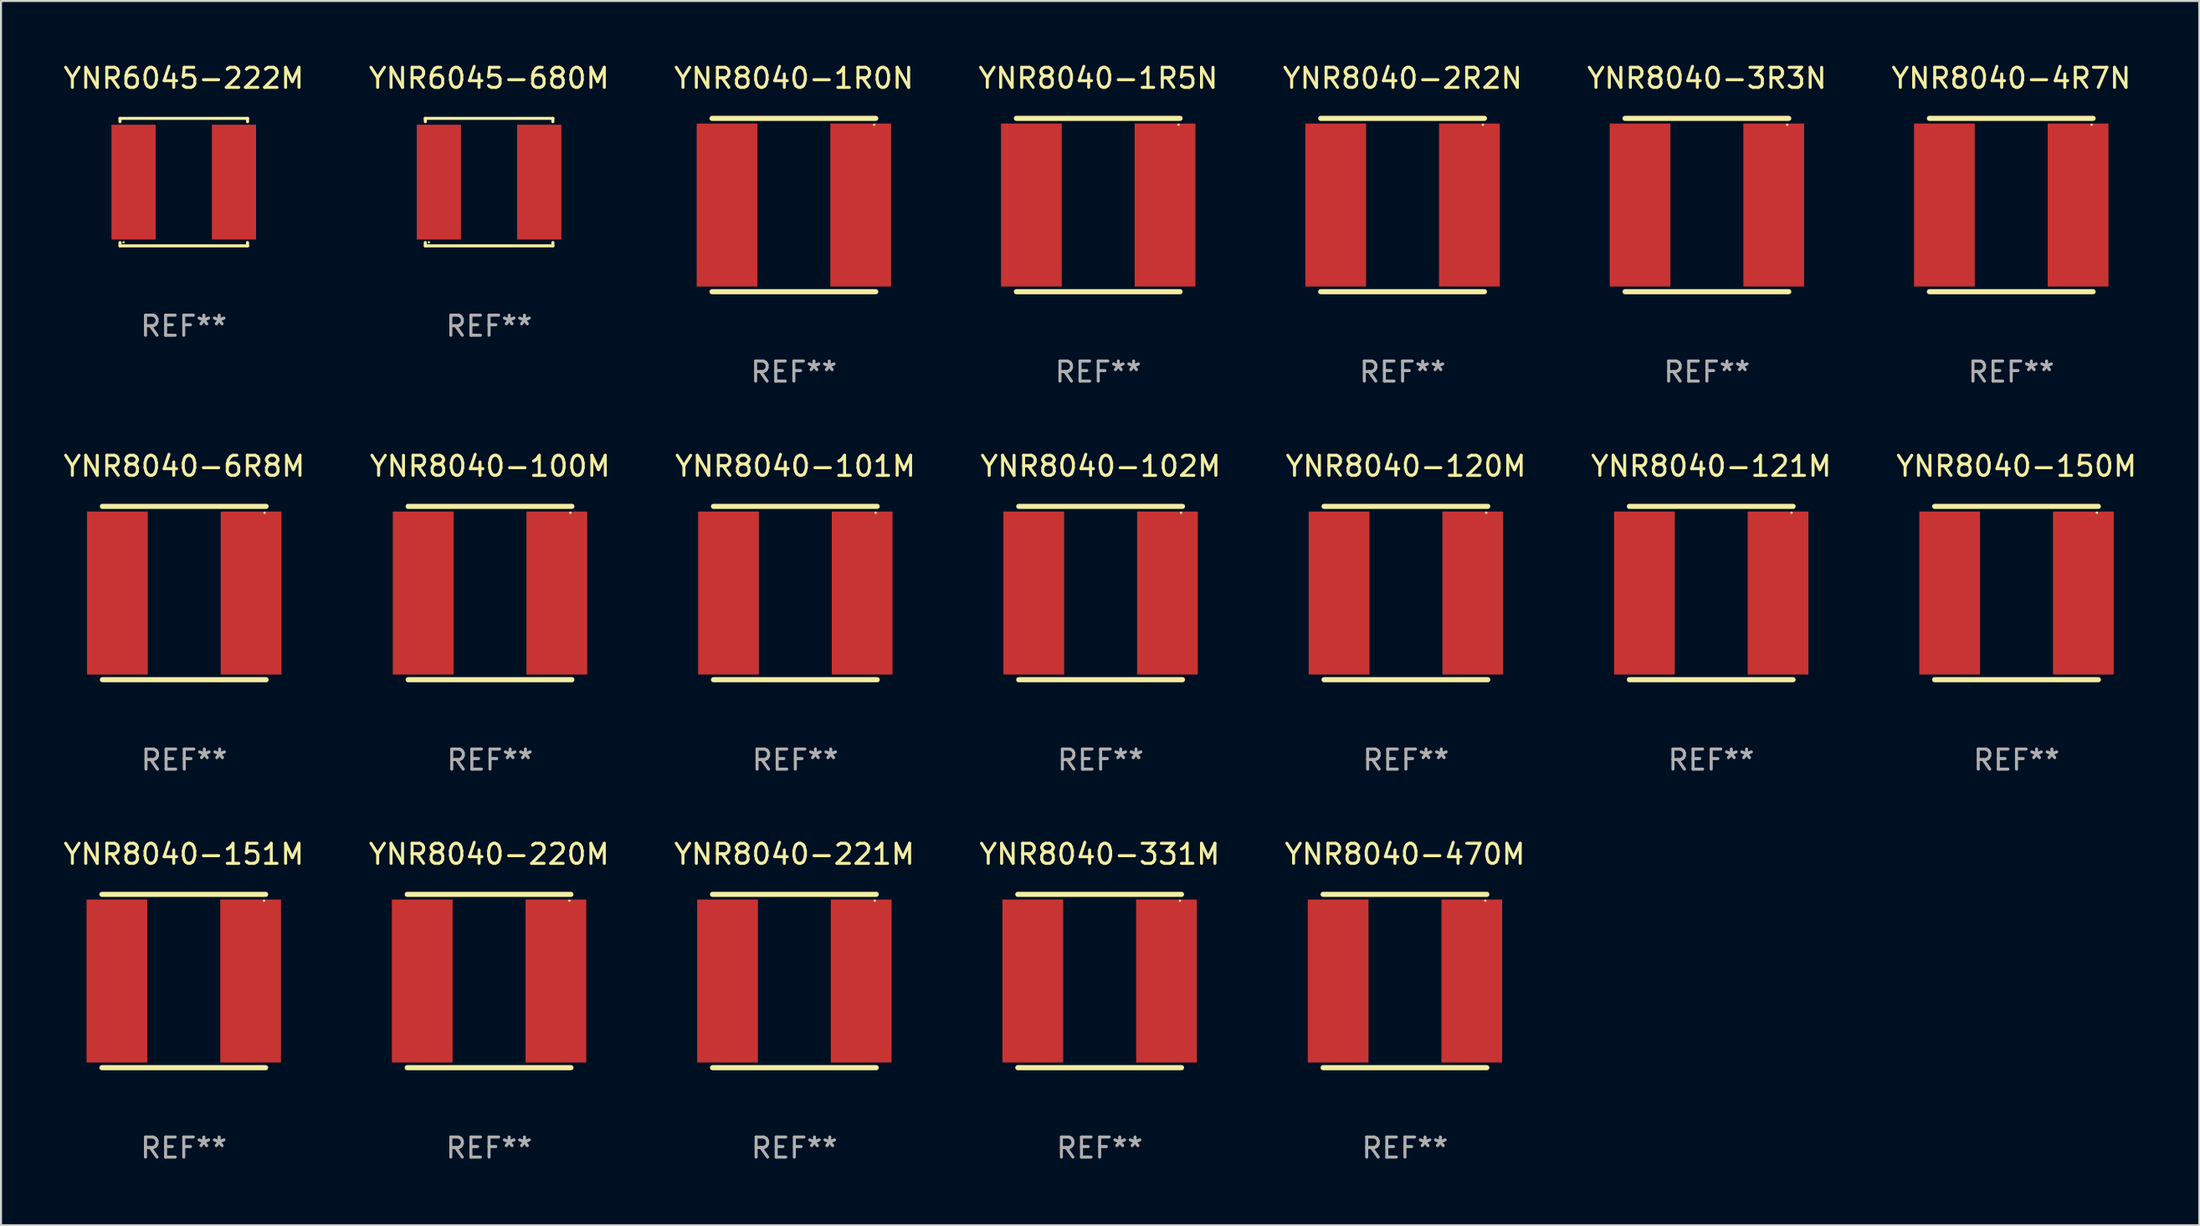
<source format=kicad_pcb>
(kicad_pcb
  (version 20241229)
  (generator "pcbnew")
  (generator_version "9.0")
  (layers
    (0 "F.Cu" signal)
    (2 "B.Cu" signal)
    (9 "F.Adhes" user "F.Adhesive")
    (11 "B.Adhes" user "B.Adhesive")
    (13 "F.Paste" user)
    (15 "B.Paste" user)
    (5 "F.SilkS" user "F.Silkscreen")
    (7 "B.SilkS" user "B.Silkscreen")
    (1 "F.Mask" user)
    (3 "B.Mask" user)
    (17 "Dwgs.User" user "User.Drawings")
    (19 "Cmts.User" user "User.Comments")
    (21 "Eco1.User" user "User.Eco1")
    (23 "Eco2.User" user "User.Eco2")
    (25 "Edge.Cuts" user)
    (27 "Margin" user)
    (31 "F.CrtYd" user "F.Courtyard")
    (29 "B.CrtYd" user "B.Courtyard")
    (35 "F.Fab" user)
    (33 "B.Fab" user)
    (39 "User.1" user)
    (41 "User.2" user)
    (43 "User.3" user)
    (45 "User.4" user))
  (footprint "YNR8040-4R7N"
    (layer "F.Cu")
    (at 97.101 7.166)
    (property "Reference" "YNR8040-4R7N" (at 0 -6.318 0) (layer "F.SilkS") (effects (font (size 1 1) (thickness 0.15))))
    (attr through_hole)
    (fp_line (start -4.076 -4.318) (end 4.076 -4.318) (stroke (width 0.254) (type solid)) (layer "F.SilkS"))
    (fp_line (start -4.076 4.318) (end 4.076 4.318) (stroke (width 0.254) (type solid)) (layer "F.SilkS"))
    (fp_circle (center 4 -4) (end 4.03 -4) (stroke (width 0.06) (type solid)) (fill no) (layer "F.SilkS"))
    (fp_text user "REF**" (at 0 8.318 0) (layer "F.Fab") (effects (font (size 1 1) (thickness 0.15))))
    (pad "1" smd rect (at 3.328 0) (size 3.024 8.12) (layers "F.Cu" "F.Mask" "F.Paste"))
    (pad "2" smd rect (at -3.328 0) (size 3.024 8.12) (layers "F.Cu" "F.Mask" "F.Paste")))
  (footprint "YNR8040-470M"
    (layer "F.Cu")
    (at 66.911 45.831)
    (property "Reference" "YNR8040-470M" (at 0 -6.318 0) (layer "F.SilkS") (effects (font (size 1 1) (thickness 0.15))))
    (attr through_hole)
    (fp_line (start -4.076 -4.318) (end 4.076 -4.318) (stroke (width 0.254) (type solid)) (layer "F.SilkS"))
    (fp_line (start -4.076 4.318) (end 4.076 4.318) (stroke (width 0.254) (type solid)) (layer "F.SilkS"))
    (fp_circle (center 4 -4) (end 4.03 -4) (stroke (width 0.06) (type solid)) (fill no) (layer "F.SilkS"))
    (fp_text user "REF**" (at 0 8.318 0) (layer "F.Fab") (effects (font (size 1 1) (thickness 0.15))))
    (pad "1" smd rect (at 3.328 0) (size 3.024 8.12) (layers "F.Cu" "F.Mask" "F.Paste"))
    (pad "2" smd rect (at -3.328 0) (size 3.024 8.12) (layers "F.Cu" "F.Mask" "F.Paste")))
  (footprint "YNR6045-680M"
    (layer "F.Cu")
    (at 21.304 6.024)
    (property "Reference" "YNR6045-680M" (at 0 -5.176 0) (layer "F.SilkS") (effects (font (size 1 1) (thickness 0.15))))
    (attr through_hole)
    (fp_line (start -3.176 -3.176) (end 3.176 -3.176) (stroke (width 0.152) (type solid)) (layer "F.SilkS"))
    (fp_line (start -3.176 -3.012) (end -3.176 -3.176) (stroke (width 0.152) (type solid)) (layer "F.SilkS"))
    (fp_line (start -3.176 3.012) (end -3.176 3.176) (stroke (width 0.152) (type solid)) (layer "F.SilkS"))
    (fp_line (start -3.176 3.176) (end 3.176 3.176) (stroke (width 0.152) (type solid)) (layer "F.SilkS"))
    (fp_line (start 3.176 -3.176) (end 3.176 -3.012) (stroke (width 0.152) (type solid)) (layer "F.SilkS"))
    (fp_line (start 3.176 3.176) (end 3.176 3.012) (stroke (width 0.152) (type solid)) (layer "F.SilkS"))
    (fp_circle (center -3 3) (end -2.97 3) (stroke (width 0.06) (type solid)) (fill no) (layer "F.SilkS"))
    (fp_text user "REF**" (at 0 7.176 0) (layer "F.Fab") (effects (font (size 1 1) (thickness 0.15))))
    (pad "1" smd rect (at -2.5 0) (size 2.2 5.72) (layers "F.Cu" "F.Mask" "F.Paste"))
    (pad "2" smd rect (at 2.5 0) (size 2.2 5.72) (layers "F.Cu" "F.Mask" "F.Paste")))
  (footprint "YNR8040-102M"
    (layer "F.Cu")
    (at 51.756 26.499)
    (property "Reference" "YNR8040-102M" (at 0 -6.318 0) (layer "F.SilkS") (effects (font (size 1 1) (thickness 0.15))))
    (attr through_hole)
    (fp_line (start -4.076 -4.318) (end 4.076 -4.318) (stroke (width 0.254) (type solid)) (layer "F.SilkS"))
    (fp_line (start -4.076 4.318) (end 4.076 4.318) (stroke (width 0.254) (type solid)) (layer "F.SilkS"))
    (fp_circle (center 4 -4) (end 4.03 -4) (stroke (width 0.06) (type solid)) (fill no) (layer "F.SilkS"))
    (fp_text user "REF**" (at 0 8.318 0) (layer "F.Fab") (effects (font (size 1 1) (thickness 0.15))))
    (pad "1" smd rect (at 3.328 0) (size 3.024 8.12) (layers "F.Cu" "F.Mask" "F.Paste"))
    (pad "2" smd rect (at -3.328 0) (size 3.024 8.12) (layers "F.Cu" "F.Mask" "F.Paste")))
  (footprint "YNR8040-121M"
    (layer "F.Cu")
    (at 82.161 26.499)
    (property "Reference" "YNR8040-121M" (at 0 -6.318 0) (layer "F.SilkS") (effects (font (size 1 1) (thickness 0.15))))
    (attr through_hole)
    (fp_line (start -4.076 -4.318) (end 4.076 -4.318) (stroke (width 0.254) (type solid)) (layer "F.SilkS"))
    (fp_line (start -4.076 4.318) (end 4.076 4.318) (stroke (width 0.254) (type solid)) (layer "F.SilkS"))
    (fp_circle (center 4 -4) (end 4.03 -4) (stroke (width 0.06) (type solid)) (fill no) (layer "F.SilkS"))
    (fp_text user "REF**" (at 0 8.318 0) (layer "F.Fab") (effects (font (size 1 1) (thickness 0.15))))
    (pad "1" smd rect (at 3.328 0) (size 3.024 8.12) (layers "F.Cu" "F.Mask" "F.Paste"))
    (pad "2" smd rect (at -3.328 0) (size 3.024 8.12) (layers "F.Cu" "F.Mask" "F.Paste")))
  (footprint "YNR8040-150M"
    (layer "F.Cu")
    (at 97.363 26.499)
    (property "Reference" "YNR8040-150M" (at 0 -6.318 0) (layer "F.SilkS") (effects (font (size 1 1) (thickness 0.15))))
    (attr through_hole)
    (fp_line (start -4.076 -4.318) (end 4.076 -4.318) (stroke (width 0.254) (type solid)) (layer "F.SilkS"))
    (fp_line (start -4.076 4.318) (end 4.076 4.318) (stroke (width 0.254) (type solid)) (layer "F.SilkS"))
    (fp_circle (center 4 -4) (end 4.03 -4) (stroke (width 0.06) (type solid)) (fill no) (layer "F.SilkS"))
    (fp_text user "REF**" (at 0 8.318 0) (layer "F.Fab") (effects (font (size 1 1) (thickness 0.15))))
    (pad "1" smd rect (at 3.328 0) (size 3.024 8.12) (layers "F.Cu" "F.Mask" "F.Paste"))
    (pad "2" smd rect (at -3.328 0) (size 3.024 8.12) (layers "F.Cu" "F.Mask" "F.Paste")))
  (footprint "YNR8040-221M"
    (layer "F.Cu")
    (at 36.506 45.831)
    (property "Reference" "YNR8040-221M" (at 0 -6.318 0) (layer "F.SilkS") (effects (font (size 1 1) (thickness 0.15))))
    (attr through_hole)
    (fp_line (start -4.076 -4.318) (end 4.076 -4.318) (stroke (width 0.254) (type solid)) (layer "F.SilkS"))
    (fp_line (start -4.076 4.318) (end 4.076 4.318) (stroke (width 0.254) (type solid)) (layer "F.SilkS"))
    (fp_circle (center 4 -4) (end 4.03 -4) (stroke (width 0.06) (type solid)) (fill no) (layer "F.SilkS"))
    (fp_text user "REF**" (at 0 8.318 0) (layer "F.Fab") (effects (font (size 1 1) (thickness 0.15))))
    (pad "1" smd rect (at 3.328 0) (size 3.024 8.12) (layers "F.Cu" "F.Mask" "F.Paste"))
    (pad "2" smd rect (at -3.328 0) (size 3.024 8.12) (layers "F.Cu" "F.Mask" "F.Paste")))
  (footprint "YNR8040-1R5N"
    (layer "F.Cu")
    (at 51.637 7.166)
    (property "Reference" "YNR8040-1R5N" (at 0 -6.318 0) (layer "F.SilkS") (effects (font (size 1 1) (thickness 0.15))))
    (attr through_hole)
    (fp_line (start -4.076 -4.318) (end 4.076 -4.318) (stroke (width 0.254) (type solid)) (layer "F.SilkS"))
    (fp_line (start -4.076 4.318) (end 4.076 4.318) (stroke (width 0.254) (type solid)) (layer "F.SilkS"))
    (fp_circle (center 4 -4) (end 4.03 -4) (stroke (width 0.06) (type solid)) (fill no) (layer "F.SilkS"))
    (fp_text user "REF**" (at 0 8.318 0) (layer "F.Fab") (effects (font (size 1 1) (thickness 0.15))))
    (pad "1" smd rect (at 3.328 0) (size 3.024 8.12) (layers "F.Cu" "F.Mask" "F.Paste"))
    (pad "2" smd rect (at -3.328 0) (size 3.024 8.12) (layers "F.Cu" "F.Mask" "F.Paste")))
  (footprint "YNR8040-101M"
    (layer "F.Cu")
    (at 36.554 26.499)
    (property "Reference" "YNR8040-101M" (at 0 -6.318 0) (layer "F.SilkS") (effects (font (size 1 1) (thickness 0.15))))
    (attr through_hole)
    (fp_line (start -4.076 -4.318) (end 4.076 -4.318) (stroke (width 0.254) (type solid)) (layer "F.SilkS"))
    (fp_line (start -4.076 4.318) (end 4.076 4.318) (stroke (width 0.254) (type solid)) (layer "F.SilkS"))
    (fp_circle (center 4 -4) (end 4.03 -4) (stroke (width 0.06) (type solid)) (fill no) (layer "F.SilkS"))
    (fp_text user "REF**" (at 0 8.318 0) (layer "F.Fab") (effects (font (size 1 1) (thickness 0.15))))
    (pad "1" smd rect (at 3.328 0) (size 3.024 8.12) (layers "F.Cu" "F.Mask" "F.Paste"))
    (pad "2" smd rect (at -3.328 0) (size 3.024 8.12) (layers "F.Cu" "F.Mask" "F.Paste")))
  (footprint "YNR8040-100M"
    (layer "F.Cu")
    (at 21.351 26.499)
    (property "Reference" "YNR8040-100M" (at 0 -6.318 0) (layer "F.SilkS") (effects (font (size 1 1) (thickness 0.15))))
    (attr through_hole)
    (fp_line (start -4.076 -4.318) (end 4.076 -4.318) (stroke (width 0.254) (type solid)) (layer "F.SilkS"))
    (fp_line (start -4.076 4.318) (end 4.076 4.318) (stroke (width 0.254) (type solid)) (layer "F.SilkS"))
    (fp_circle (center 4 -4) (end 4.03 -4) (stroke (width 0.06) (type solid)) (fill no) (layer "F.SilkS"))
    (fp_text user "REF**" (at 0 8.318 0) (layer "F.Fab") (effects (font (size 1 1) (thickness 0.15))))
    (pad "1" smd rect (at 3.328 0) (size 3.024 8.12) (layers "F.Cu" "F.Mask" "F.Paste"))
    (pad "2" smd rect (at -3.328 0) (size 3.024 8.12) (layers "F.Cu" "F.Mask" "F.Paste")))
  (footprint "YNR8040-331M"
    (layer "F.Cu")
    (at 51.708 45.831)
    (property "Reference" "YNR8040-331M" (at 0 -6.318 0) (layer "F.SilkS") (effects (font (size 1 1) (thickness 0.15))))
    (attr through_hole)
    (fp_line (start -4.076 -4.318) (end 4.076 -4.318) (stroke (width 0.254) (type solid)) (layer "F.SilkS"))
    (fp_line (start -4.076 4.318) (end 4.076 4.318) (stroke (width 0.254) (type solid)) (layer "F.SilkS"))
    (fp_circle (center 4 -4) (end 4.03 -4) (stroke (width 0.06) (type solid)) (fill no) (layer "F.SilkS"))
    (fp_text user "REF**" (at 0 8.318 0) (layer "F.Fab") (effects (font (size 1 1) (thickness 0.15))))
    (pad "1" smd rect (at 3.328 0) (size 3.024 8.12) (layers "F.Cu" "F.Mask" "F.Paste"))
    (pad "2" smd rect (at -3.328 0) (size 3.024 8.12) (layers "F.Cu" "F.Mask" "F.Paste")))
  (footprint "YNR8040-220M"
    (layer "F.Cu")
    (at 21.304 45.831)
    (property "Reference" "YNR8040-220M" (at 0 -6.318 0) (layer "F.SilkS") (effects (font (size 1 1) (thickness 0.15))))
    (attr through_hole)
    (fp_line (start -4.076 -4.318) (end 4.076 -4.318) (stroke (width 0.254) (type solid)) (layer "F.SilkS"))
    (fp_line (start -4.076 4.318) (end 4.076 4.318) (stroke (width 0.254) (type solid)) (layer "F.SilkS"))
    (fp_circle (center 4 -4) (end 4.03 -4) (stroke (width 0.06) (type solid)) (fill no) (layer "F.SilkS"))
    (fp_text user "REF**" (at 0 8.318 0) (layer "F.Fab") (effects (font (size 1 1) (thickness 0.15))))
    (pad "1" smd rect (at 3.328 0) (size 3.024 8.12) (layers "F.Cu" "F.Mask" "F.Paste"))
    (pad "2" smd rect (at -3.328 0) (size 3.024 8.12) (layers "F.Cu" "F.Mask" "F.Paste")))
  (footprint "YNR8040-1R0N"
    (layer "F.Cu")
    (at 36.482 7.166)
    (property "Reference" "YNR8040-1R0N" (at 0 -6.318 0) (layer "F.SilkS") (effects (font (size 1 1) (thickness 0.15))))
    (attr through_hole)
    (fp_line (start -4.076 -4.318) (end 4.076 -4.318) (stroke (width 0.254) (type solid)) (layer "F.SilkS"))
    (fp_line (start -4.076 4.318) (end 4.076 4.318) (stroke (width 0.254) (type solid)) (layer "F.SilkS"))
    (fp_circle (center 4 -4) (end 4.03 -4) (stroke (width 0.06) (type solid)) (fill no) (layer "F.SilkS"))
    (fp_text user "REF**" (at 0 8.318 0) (layer "F.Fab") (effects (font (size 1 1) (thickness 0.15))))
    (pad "1" smd rect (at 3.328 0) (size 3.024 8.12) (layers "F.Cu" "F.Mask" "F.Paste"))
    (pad "2" smd rect (at -3.328 0) (size 3.024 8.12) (layers "F.Cu" "F.Mask" "F.Paste")))
  (footprint "YNR8040-3R3N"
    (layer "F.Cu")
    (at 81.946 7.166)
    (property "Reference" "YNR8040-3R3N" (at 0 -6.318 0) (layer "F.SilkS") (effects (font (size 1 1) (thickness 0.15))))
    (attr through_hole)
    (fp_line (start -4.076 -4.318) (end 4.076 -4.318) (stroke (width 0.254) (type solid)) (layer "F.SilkS"))
    (fp_line (start -4.076 4.318) (end 4.076 4.318) (stroke (width 0.254) (type solid)) (layer "F.SilkS"))
    (fp_circle (center 4 -4) (end 4.03 -4) (stroke (width 0.06) (type solid)) (fill no) (layer "F.SilkS"))
    (fp_text user "REF**" (at 0 8.318 0) (layer "F.Fab") (effects (font (size 1 1) (thickness 0.15))))
    (pad "1" smd rect (at 3.328 0) (size 3.024 8.12) (layers "F.Cu" "F.Mask" "F.Paste"))
    (pad "2" smd rect (at -3.328 0) (size 3.024 8.12) (layers "F.Cu" "F.Mask" "F.Paste")))
  (footprint "YNR8040-151M"
    (layer "F.Cu")
    (at 6.101 45.831)
    (property "Reference" "YNR8040-151M" (at 0 -6.318 0) (layer "F.SilkS") (effects (font (size 1 1) (thickness 0.15))))
    (attr through_hole)
    (fp_line (start -4.076 -4.318) (end 4.076 -4.318) (stroke (width 0.254) (type solid)) (layer "F.SilkS"))
    (fp_line (start -4.076 4.318) (end 4.076 4.318) (stroke (width 0.254) (type solid)) (layer "F.SilkS"))
    (fp_circle (center 4 -4) (end 4.03 -4) (stroke (width 0.06) (type solid)) (fill no) (layer "F.SilkS"))
    (fp_text user "REF**" (at 0 8.318 0) (layer "F.Fab") (effects (font (size 1 1) (thickness 0.15))))
    (pad "1" smd rect (at 3.328 0) (size 3.024 8.12) (layers "F.Cu" "F.Mask" "F.Paste"))
    (pad "2" smd rect (at -3.328 0) (size 3.024 8.12) (layers "F.Cu" "F.Mask" "F.Paste")))
  (footprint "YNR6045-222M"
    (layer "F.Cu")
    (at 6.101 6.024)
    (property "Reference" "YNR6045-222M" (at 0 -5.176 0) (layer "F.SilkS") (effects (font (size 1 1) (thickness 0.15))))
    (attr through_hole)
    (fp_line (start -3.176 -3.176) (end 3.176 -3.176) (stroke (width 0.152) (type solid)) (layer "F.SilkS"))
    (fp_line (start -3.176 -3.012) (end -3.176 -3.176) (stroke (width 0.152) (type solid)) (layer "F.SilkS"))
    (fp_line (start -3.176 3.012) (end -3.176 3.176) (stroke (width 0.152) (type solid)) (layer "F.SilkS"))
    (fp_line (start -3.176 3.176) (end 3.176 3.176) (stroke (width 0.152) (type solid)) (layer "F.SilkS"))
    (fp_line (start 3.176 -3.176) (end 3.176 -3.012) (stroke (width 0.152) (type solid)) (layer "F.SilkS"))
    (fp_line (start 3.176 3.176) (end 3.176 3.012) (stroke (width 0.152) (type solid)) (layer "F.SilkS"))
    (fp_circle (center -3 3) (end -2.97 3) (stroke (width 0.06) (type solid)) (fill no) (layer "F.SilkS"))
    (fp_text user "REF**" (at 0 7.176 0) (layer "F.Fab") (effects (font (size 1 1) (thickness 0.15))))
    (pad "1" smd rect (at -2.5 0) (size 2.2 5.72) (layers "F.Cu" "F.Mask" "F.Paste"))
    (pad "2" smd rect (at 2.5 0) (size 2.2 5.72) (layers "F.Cu" "F.Mask" "F.Paste")))
  (footprint "YNR8040-120M"
    (layer "F.Cu")
    (at 66.958 26.499)
    (property "Reference" "YNR8040-120M" (at 0 -6.318 0) (layer "F.SilkS") (effects (font (size 1 1) (thickness 0.15))))
    (attr through_hole)
    (fp_line (start -4.076 -4.318) (end 4.076 -4.318) (stroke (width 0.254) (type solid)) (layer "F.SilkS"))
    (fp_line (start -4.076 4.318) (end 4.076 4.318) (stroke (width 0.254) (type solid)) (layer "F.SilkS"))
    (fp_circle (center 4 -4) (end 4.03 -4) (stroke (width 0.06) (type solid)) (fill no) (layer "F.SilkS"))
    (fp_text user "REF**" (at 0 8.318 0) (layer "F.Fab") (effects (font (size 1 1) (thickness 0.15))))
    (pad "1" smd rect (at 3.328 0) (size 3.024 8.12) (layers "F.Cu" "F.Mask" "F.Paste"))
    (pad "2" smd rect (at -3.328 0) (size 3.024 8.12) (layers "F.Cu" "F.Mask" "F.Paste")))
  (footprint "YNR8040-2R2N"
    (layer "F.Cu")
    (at 66.792 7.166)
    (property "Reference" "YNR8040-2R2N" (at 0 -6.318 0) (layer "F.SilkS") (effects (font (size 1 1) (thickness 0.15))))
    (attr through_hole)
    (fp_line (start -4.076 -4.318) (end 4.076 -4.318) (stroke (width 0.254) (type solid)) (layer "F.SilkS"))
    (fp_line (start -4.076 4.318) (end 4.076 4.318) (stroke (width 0.254) (type solid)) (layer "F.SilkS"))
    (fp_circle (center 4 -4) (end 4.03 -4) (stroke (width 0.06) (type solid)) (fill no) (layer "F.SilkS"))
    (fp_text user "REF**" (at 0 8.318 0) (layer "F.Fab") (effects (font (size 1 1) (thickness 0.15))))
    (pad "1" smd rect (at 3.328 0) (size 3.024 8.12) (layers "F.Cu" "F.Mask" "F.Paste"))
    (pad "2" smd rect (at -3.328 0) (size 3.024 8.12) (layers "F.Cu" "F.Mask" "F.Paste")))
  (footprint "YNR8040-6R8M"
    (layer "F.Cu")
    (at 6.125 26.499)
    (property "Reference" "YNR8040-6R8M" (at 0 -6.318 0) (layer "F.SilkS") (effects (font (size 1 1) (thickness 0.15))))
    (attr through_hole)
    (fp_line (start -4.076 -4.318) (end 4.076 -4.318) (stroke (width 0.254) (type solid)) (layer "F.SilkS"))
    (fp_line (start -4.076 4.318) (end 4.076 4.318) (stroke (width 0.254) (type solid)) (layer "F.SilkS"))
    (fp_circle (center 4 -4) (end 4.03 -4) (stroke (width 0.06) (type solid)) (fill no) (layer "F.SilkS"))
    (fp_text user "REF**" (at 0 8.318 0) (layer "F.Fab") (effects (font (size 1 1) (thickness 0.15))))
    (pad "1" smd rect (at 3.328 0) (size 3.024 8.12) (layers "F.Cu" "F.Mask" "F.Paste"))
    (pad "2" smd rect (at -3.328 0) (size 3.024 8.12) (layers "F.Cu" "F.Mask" "F.Paste")))
  (gr_rect
    (start -3 -3)
    (end 106.464 57.998)
    (stroke (width 0.1) (type default))
    (fill no)
    (layer "Edge.Cuts")))
</source>
